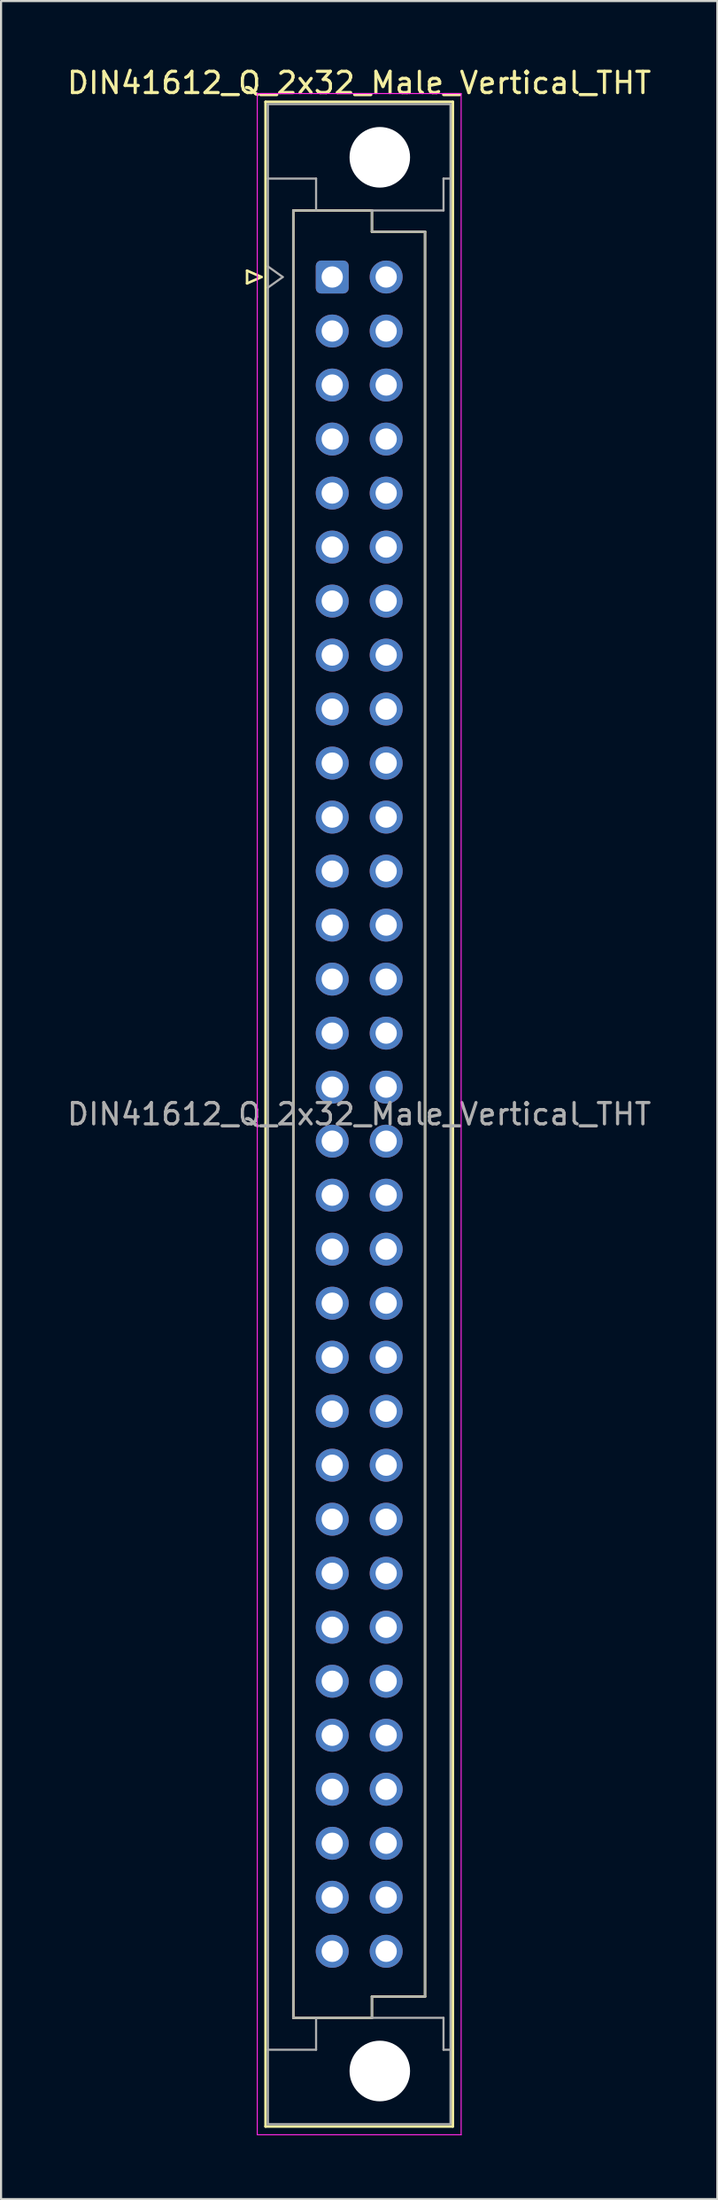
<source format=kicad_pcb>
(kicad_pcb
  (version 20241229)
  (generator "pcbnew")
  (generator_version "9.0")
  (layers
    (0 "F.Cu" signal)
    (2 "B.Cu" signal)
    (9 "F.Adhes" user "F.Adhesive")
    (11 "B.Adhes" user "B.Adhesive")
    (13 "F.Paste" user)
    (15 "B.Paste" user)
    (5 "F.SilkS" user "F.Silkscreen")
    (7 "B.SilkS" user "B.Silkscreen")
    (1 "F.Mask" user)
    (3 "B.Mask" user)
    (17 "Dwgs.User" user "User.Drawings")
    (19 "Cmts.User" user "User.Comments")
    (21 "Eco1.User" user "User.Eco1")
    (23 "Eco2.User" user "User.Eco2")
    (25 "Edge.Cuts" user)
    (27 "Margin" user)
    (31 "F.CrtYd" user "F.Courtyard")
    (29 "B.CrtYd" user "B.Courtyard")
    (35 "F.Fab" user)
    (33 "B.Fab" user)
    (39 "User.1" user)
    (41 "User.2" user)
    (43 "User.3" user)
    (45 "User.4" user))
  (footprint "DIN41612_Q_2x32_Male_Vertical_THT"
    (layer "F.Cu")
    (at 12.593 9.978)
    (property "Reference" "DIN41612_Q_2x32_Male_Vertical_THT" (at 1.27 -9.13 0) (layer "F.SilkS") (effects (font (size 1 1) (thickness 0.15))))
    (attr through_hole)
    (fp_line (start -4.01 -0.3) (end -4.01 0.3) (stroke (width 0.12) (type solid)) (layer "F.SilkS"))
    (fp_line (start -4.01 0.3) (end -3.33 0) (stroke (width 0.12) (type solid)) (layer "F.SilkS"))
    (fp_line (start -3.33 0) (end -4.01 -0.3) (stroke (width 0.12) (type solid)) (layer "F.SilkS"))
    (fp_line (start -3.14 -8.24) (end 5.68 -8.24) (stroke (width 0.12) (type solid)) (layer "F.SilkS"))
    (fp_line (start -3.14 86.98) (end -3.14 -8.24) (stroke (width 0.12) (type solid)) (layer "F.SilkS"))
    (fp_line (start -1.83 -3.13) (end 1.87 -3.13) (stroke (width 0.12) (type solid)) (layer "F.SilkS"))
    (fp_line (start -1.83 81.87) (end -1.83 -3.13) (stroke (width 0.12) (type solid)) (layer "F.SilkS"))
    (fp_line (start 1.87 -3.13) (end 1.87 -2.13) (stroke (width 0.12) (type solid)) (layer "F.SilkS"))
    (fp_line (start 1.87 -2.13) (end 4.37 -2.13) (stroke (width 0.12) (type solid)) (layer "F.SilkS"))
    (fp_line (start 1.87 80.87) (end 1.87 81.87) (stroke (width 0.12) (type solid)) (layer "F.SilkS"))
    (fp_line (start 1.87 81.87) (end -1.83 81.87) (stroke (width 0.12) (type solid)) (layer "F.SilkS"))
    (fp_line (start 4.37 -2.13) (end 4.37 80.87) (stroke (width 0.12) (type solid)) (layer "F.SilkS"))
    (fp_line (start 4.37 80.87) (end 1.87 80.87) (stroke (width 0.12) (type solid)) (layer "F.SilkS"))
    (fp_line (start 5.68 -8.24) (end 5.68 86.98) (stroke (width 0.12) (type solid)) (layer "F.SilkS"))
    (fp_line (start 5.68 86.98) (end -3.14 86.98) (stroke (width 0.12) (type solid)) (layer "F.SilkS"))
    (fp_line (start -3.53 -8.63) (end 6.07 -8.63) (stroke (width 0.05) (type solid)) (layer "F.CrtYd"))
    (fp_line (start -3.53 87.37) (end -3.53 -8.63) (stroke (width 0.05) (type solid)) (layer "F.CrtYd"))
    (fp_line (start 6.07 -8.63) (end 6.07 87.37) (stroke (width 0.05) (type solid)) (layer "F.CrtYd"))
    (fp_line (start 6.07 87.37) (end -3.53 87.37) (stroke (width 0.05) (type solid)) (layer "F.CrtYd"))
    (fp_line (start -3.03 -8.13) (end 5.57 -8.13) (stroke (width 0.1) (type solid)) (layer "F.Fab"))
    (fp_line (start -3.03 -4.63) (end -0.76 -4.63) (stroke (width 0.1) (type solid)) (layer "F.Fab"))
    (fp_line (start -3.03 -0.5) (end -2.33 0) (stroke (width 0.1) (type solid)) (layer "F.Fab"))
    (fp_line (start -3.03 83.37) (end -0.76 83.37) (stroke (width 0.1) (type solid)) (layer "F.Fab"))
    (fp_line (start -3.03 86.87) (end -3.03 -8.13) (stroke (width 0.1) (type solid)) (layer "F.Fab"))
    (fp_line (start -2.33 0) (end -3.03 0.5) (stroke (width 0.1) (type solid)) (layer "F.Fab"))
    (fp_line (start -1.83 -3.13) (end 1.87 -3.13) (stroke (width 0.1) (type solid)) (layer "F.Fab"))
    (fp_line (start -1.83 81.87) (end -1.83 -3.13) (stroke (width 0.1) (type solid)) (layer "F.Fab"))
    (fp_line (start -0.76 -4.63) (end -0.76 -3.13) (stroke (width 0.1) (type solid)) (layer "F.Fab"))
    (fp_line (start -0.76 83.37) (end -0.76 81.87) (stroke (width 0.1) (type solid)) (layer "F.Fab"))
    (fp_line (start 1.87 -3.13) (end 1.87 -2.13) (stroke (width 0.1) (type solid)) (layer "F.Fab"))
    (fp_line (start 1.87 -3.13) (end 5.24 -3.13) (stroke (width 0.1) (type solid)) (layer "F.Fab"))
    (fp_line (start 1.87 -2.13) (end 4.37 -2.13) (stroke (width 0.1) (type solid)) (layer "F.Fab"))
    (fp_line (start 1.87 80.87) (end 1.87 81.87) (stroke (width 0.1) (type solid)) (layer "F.Fab"))
    (fp_line (start 1.87 81.87) (end -1.83 81.87) (stroke (width 0.1) (type solid)) (layer "F.Fab"))
    (fp_line (start 1.87 81.87) (end 5.24 81.87) (stroke (width 0.1) (type solid)) (layer "F.Fab"))
    (fp_line (start 4.37 -2.13) (end 4.37 80.87) (stroke (width 0.1) (type solid)) (layer "F.Fab"))
    (fp_line (start 4.37 80.87) (end 1.87 80.87) (stroke (width 0.1) (type solid)) (layer "F.Fab"))
    (fp_line (start 5.24 -4.63) (end 5.57 -4.63) (stroke (width 0.1) (type solid)) (layer "F.Fab"))
    (fp_line (start 5.24 -3.13) (end 5.24 -4.63) (stroke (width 0.1) (type solid)) (layer "F.Fab"))
    (fp_line (start 5.24 81.87) (end 5.24 83.37) (stroke (width 0.1) (type solid)) (layer "F.Fab"))
    (fp_line (start 5.24 83.37) (end 5.57 83.37) (stroke (width 0.1) (type solid)) (layer "F.Fab"))
    (fp_line (start 5.57 -8.13) (end 5.57 86.87) (stroke (width 0.1) (type solid)) (layer "F.Fab"))
    (fp_line (start 5.57 86.87) (end -3.03 86.87) (stroke (width 0.1) (type solid)) (layer "F.Fab"))
    (fp_text user "${REFERENCE}" (at 1.27 39.37 0) (layer "F.Fab") (effects (font (size 1 1) (thickness 0.15))))
    (pad "" np_thru_hole circle (at 2.24 -5.63) (size 2.85 2.85) (drill 2.85) (layers "*.Cu" "*.Mask"))
    (pad "" np_thru_hole circle (at 2.24 84.37) (size 2.85 2.85) (drill 2.85) (layers "*.Cu" "*.Mask"))
    (pad "a1" thru_hole roundrect (at 0 0) (size 1.55 1.55) (drill 1) (layers "*.Cu" "*.Mask") (roundrect_rratio 0.161))
    (pad "a2" thru_hole circle (at 0 2.54) (size 1.55 1.55) (drill 1) (layers "*.Cu" "*.Mask"))
    (pad "a3" thru_hole circle (at 0 5.08) (size 1.55 1.55) (drill 1) (layers "*.Cu" "*.Mask"))
    (pad "a4" thru_hole circle (at 0 7.62) (size 1.55 1.55) (drill 1) (layers "*.Cu" "*.Mask"))
    (pad "a5" thru_hole circle (at 0 10.16) (size 1.55 1.55) (drill 1) (layers "*.Cu" "*.Mask"))
    (pad "a6" thru_hole circle (at 0 12.7) (size 1.55 1.55) (drill 1) (layers "*.Cu" "*.Mask"))
    (pad "a7" thru_hole circle (at 0 15.24) (size 1.55 1.55) (drill 1) (layers "*.Cu" "*.Mask"))
    (pad "a8" thru_hole circle (at 0 17.78) (size 1.55 1.55) (drill 1) (layers "*.Cu" "*.Mask"))
    (pad "a9" thru_hole circle (at 0 20.32) (size 1.55 1.55) (drill 1) (layers "*.Cu" "*.Mask"))
    (pad "a10" thru_hole circle (at 0 22.86) (size 1.55 1.55) (drill 1) (layers "*.Cu" "*.Mask"))
    (pad "a11" thru_hole circle (at 0 25.4) (size 1.55 1.55) (drill 1) (layers "*.Cu" "*.Mask"))
    (pad "a12" thru_hole circle (at 0 27.94) (size 1.55 1.55) (drill 1) (layers "*.Cu" "*.Mask"))
    (pad "a13" thru_hole circle (at 0 30.48) (size 1.55 1.55) (drill 1) (layers "*.Cu" "*.Mask"))
    (pad "a14" thru_hole circle (at 0 33.02) (size 1.55 1.55) (drill 1) (layers "*.Cu" "*.Mask"))
    (pad "a15" thru_hole circle (at 0 35.56) (size 1.55 1.55) (drill 1) (layers "*.Cu" "*.Mask"))
    (pad "a16" thru_hole circle (at 0 38.1) (size 1.55 1.55) (drill 1) (layers "*.Cu" "*.Mask"))
    (pad "a17" thru_hole circle (at 0 40.64) (size 1.55 1.55) (drill 1) (layers "*.Cu" "*.Mask"))
    (pad "a18" thru_hole circle (at 0 43.18) (size 1.55 1.55) (drill 1) (layers "*.Cu" "*.Mask"))
    (pad "a19" thru_hole circle (at 0 45.72) (size 1.55 1.55) (drill 1) (layers "*.Cu" "*.Mask"))
    (pad "a20" thru_hole circle (at 0 48.26) (size 1.55 1.55) (drill 1) (layers "*.Cu" "*.Mask"))
    (pad "a21" thru_hole circle (at 0 50.8) (size 1.55 1.55) (drill 1) (layers "*.Cu" "*.Mask"))
    (pad "a22" thru_hole circle (at 0 53.34) (size 1.55 1.55) (drill 1) (layers "*.Cu" "*.Mask"))
    (pad "a23" thru_hole circle (at 0 55.88) (size 1.55 1.55) (drill 1) (layers "*.Cu" "*.Mask"))
    (pad "a24" thru_hole circle (at 0 58.42) (size 1.55 1.55) (drill 1) (layers "*.Cu" "*.Mask"))
    (pad "a25" thru_hole circle (at 0 60.96) (size 1.55 1.55) (drill 1) (layers "*.Cu" "*.Mask"))
    (pad "a26" thru_hole circle (at 0 63.5) (size 1.55 1.55) (drill 1) (layers "*.Cu" "*.Mask"))
    (pad "a27" thru_hole circle (at 0 66.04) (size 1.55 1.55) (drill 1) (layers "*.Cu" "*.Mask"))
    (pad "a28" thru_hole circle (at 0 68.58) (size 1.55 1.55) (drill 1) (layers "*.Cu" "*.Mask"))
    (pad "a29" thru_hole circle (at 0 71.12) (size 1.55 1.55) (drill 1) (layers "*.Cu" "*.Mask"))
    (pad "a30" thru_hole circle (at 0 73.66) (size 1.55 1.55) (drill 1) (layers "*.Cu" "*.Mask"))
    (pad "a31" thru_hole circle (at 0 76.2) (size 1.55 1.55) (drill 1) (layers "*.Cu" "*.Mask"))
    (pad "a32" thru_hole circle (at 0 78.74) (size 1.55 1.55) (drill 1) (layers "*.Cu" "*.Mask"))
    (pad "b1" thru_hole circle (at 2.54 0) (size 1.55 1.55) (drill 1) (layers "*.Cu" "*.Mask"))
    (pad "b2" thru_hole circle (at 2.54 2.54) (size 1.55 1.55) (drill 1) (layers "*.Cu" "*.Mask"))
    (pad "b3" thru_hole circle (at 2.54 5.08) (size 1.55 1.55) (drill 1) (layers "*.Cu" "*.Mask"))
    (pad "b4" thru_hole circle (at 2.54 7.62) (size 1.55 1.55) (drill 1) (layers "*.Cu" "*.Mask"))
    (pad "b5" thru_hole circle (at 2.54 10.16) (size 1.55 1.55) (drill 1) (layers "*.Cu" "*.Mask"))
    (pad "b6" thru_hole circle (at 2.54 12.7) (size 1.55 1.55) (drill 1) (layers "*.Cu" "*.Mask"))
    (pad "b7" thru_hole circle (at 2.54 15.24) (size 1.55 1.55) (drill 1) (layers "*.Cu" "*.Mask"))
    (pad "b8" thru_hole circle (at 2.54 17.78) (size 1.55 1.55) (drill 1) (layers "*.Cu" "*.Mask"))
    (pad "b9" thru_hole circle (at 2.54 20.32) (size 1.55 1.55) (drill 1) (layers "*.Cu" "*.Mask"))
    (pad "b10" thru_hole circle (at 2.54 22.86) (size 1.55 1.55) (drill 1) (layers "*.Cu" "*.Mask"))
    (pad "b11" thru_hole circle (at 2.54 25.4) (size 1.55 1.55) (drill 1) (layers "*.Cu" "*.Mask"))
    (pad "b12" thru_hole circle (at 2.54 27.94) (size 1.55 1.55) (drill 1) (layers "*.Cu" "*.Mask"))
    (pad "b13" thru_hole circle (at 2.54 30.48) (size 1.55 1.55) (drill 1) (layers "*.Cu" "*.Mask"))
    (pad "b14" thru_hole circle (at 2.54 33.02) (size 1.55 1.55) (drill 1) (layers "*.Cu" "*.Mask"))
    (pad "b15" thru_hole circle (at 2.54 35.56) (size 1.55 1.55) (drill 1) (layers "*.Cu" "*.Mask"))
    (pad "b16" thru_hole circle (at 2.54 38.1) (size 1.55 1.55) (drill 1) (layers "*.Cu" "*.Mask"))
    (pad "b17" thru_hole circle (at 2.54 40.64) (size 1.55 1.55) (drill 1) (layers "*.Cu" "*.Mask"))
    (pad "b18" thru_hole circle (at 2.54 43.18) (size 1.55 1.55) (drill 1) (layers "*.Cu" "*.Mask"))
    (pad "b19" thru_hole circle (at 2.54 45.72) (size 1.55 1.55) (drill 1) (layers "*.Cu" "*.Mask"))
    (pad "b20" thru_hole circle (at 2.54 48.26) (size 1.55 1.55) (drill 1) (layers "*.Cu" "*.Mask"))
    (pad "b21" thru_hole circle (at 2.54 50.8) (size 1.55 1.55) (drill 1) (layers "*.Cu" "*.Mask"))
    (pad "b22" thru_hole circle (at 2.54 53.34) (size 1.55 1.55) (drill 1) (layers "*.Cu" "*.Mask"))
    (pad "b23" thru_hole circle (at 2.54 55.88) (size 1.55 1.55) (drill 1) (layers "*.Cu" "*.Mask"))
    (pad "b24" thru_hole circle (at 2.54 58.42) (size 1.55 1.55) (drill 1) (layers "*.Cu" "*.Mask"))
    (pad "b25" thru_hole circle (at 2.54 60.96) (size 1.55 1.55) (drill 1) (layers "*.Cu" "*.Mask"))
    (pad "b26" thru_hole circle (at 2.54 63.5) (size 1.55 1.55) (drill 1) (layers "*.Cu" "*.Mask"))
    (pad "b27" thru_hole circle (at 2.54 66.04) (size 1.55 1.55) (drill 1) (layers "*.Cu" "*.Mask"))
    (pad "b28" thru_hole circle (at 2.54 68.58) (size 1.55 1.55) (drill 1) (layers "*.Cu" "*.Mask"))
    (pad "b29" thru_hole circle (at 2.54 71.12) (size 1.55 1.55) (drill 1) (layers "*.Cu" "*.Mask"))
    (pad "b30" thru_hole circle (at 2.54 73.66) (size 1.55 1.55) (drill 1) (layers "*.Cu" "*.Mask"))
    (pad "b31" thru_hole circle (at 2.54 76.2) (size 1.55 1.55) (drill 1) (layers "*.Cu" "*.Mask"))
    (pad "b32" thru_hole circle (at 2.54 78.74) (size 1.55 1.55) (drill 1) (layers "*.Cu" "*.Mask")))
  (gr_rect
    (start -3 -3)
    (end 30.726 100.373)
    (stroke (width 0.1) (type default))
    (fill no)
    (layer "Edge.Cuts")))
</source>
